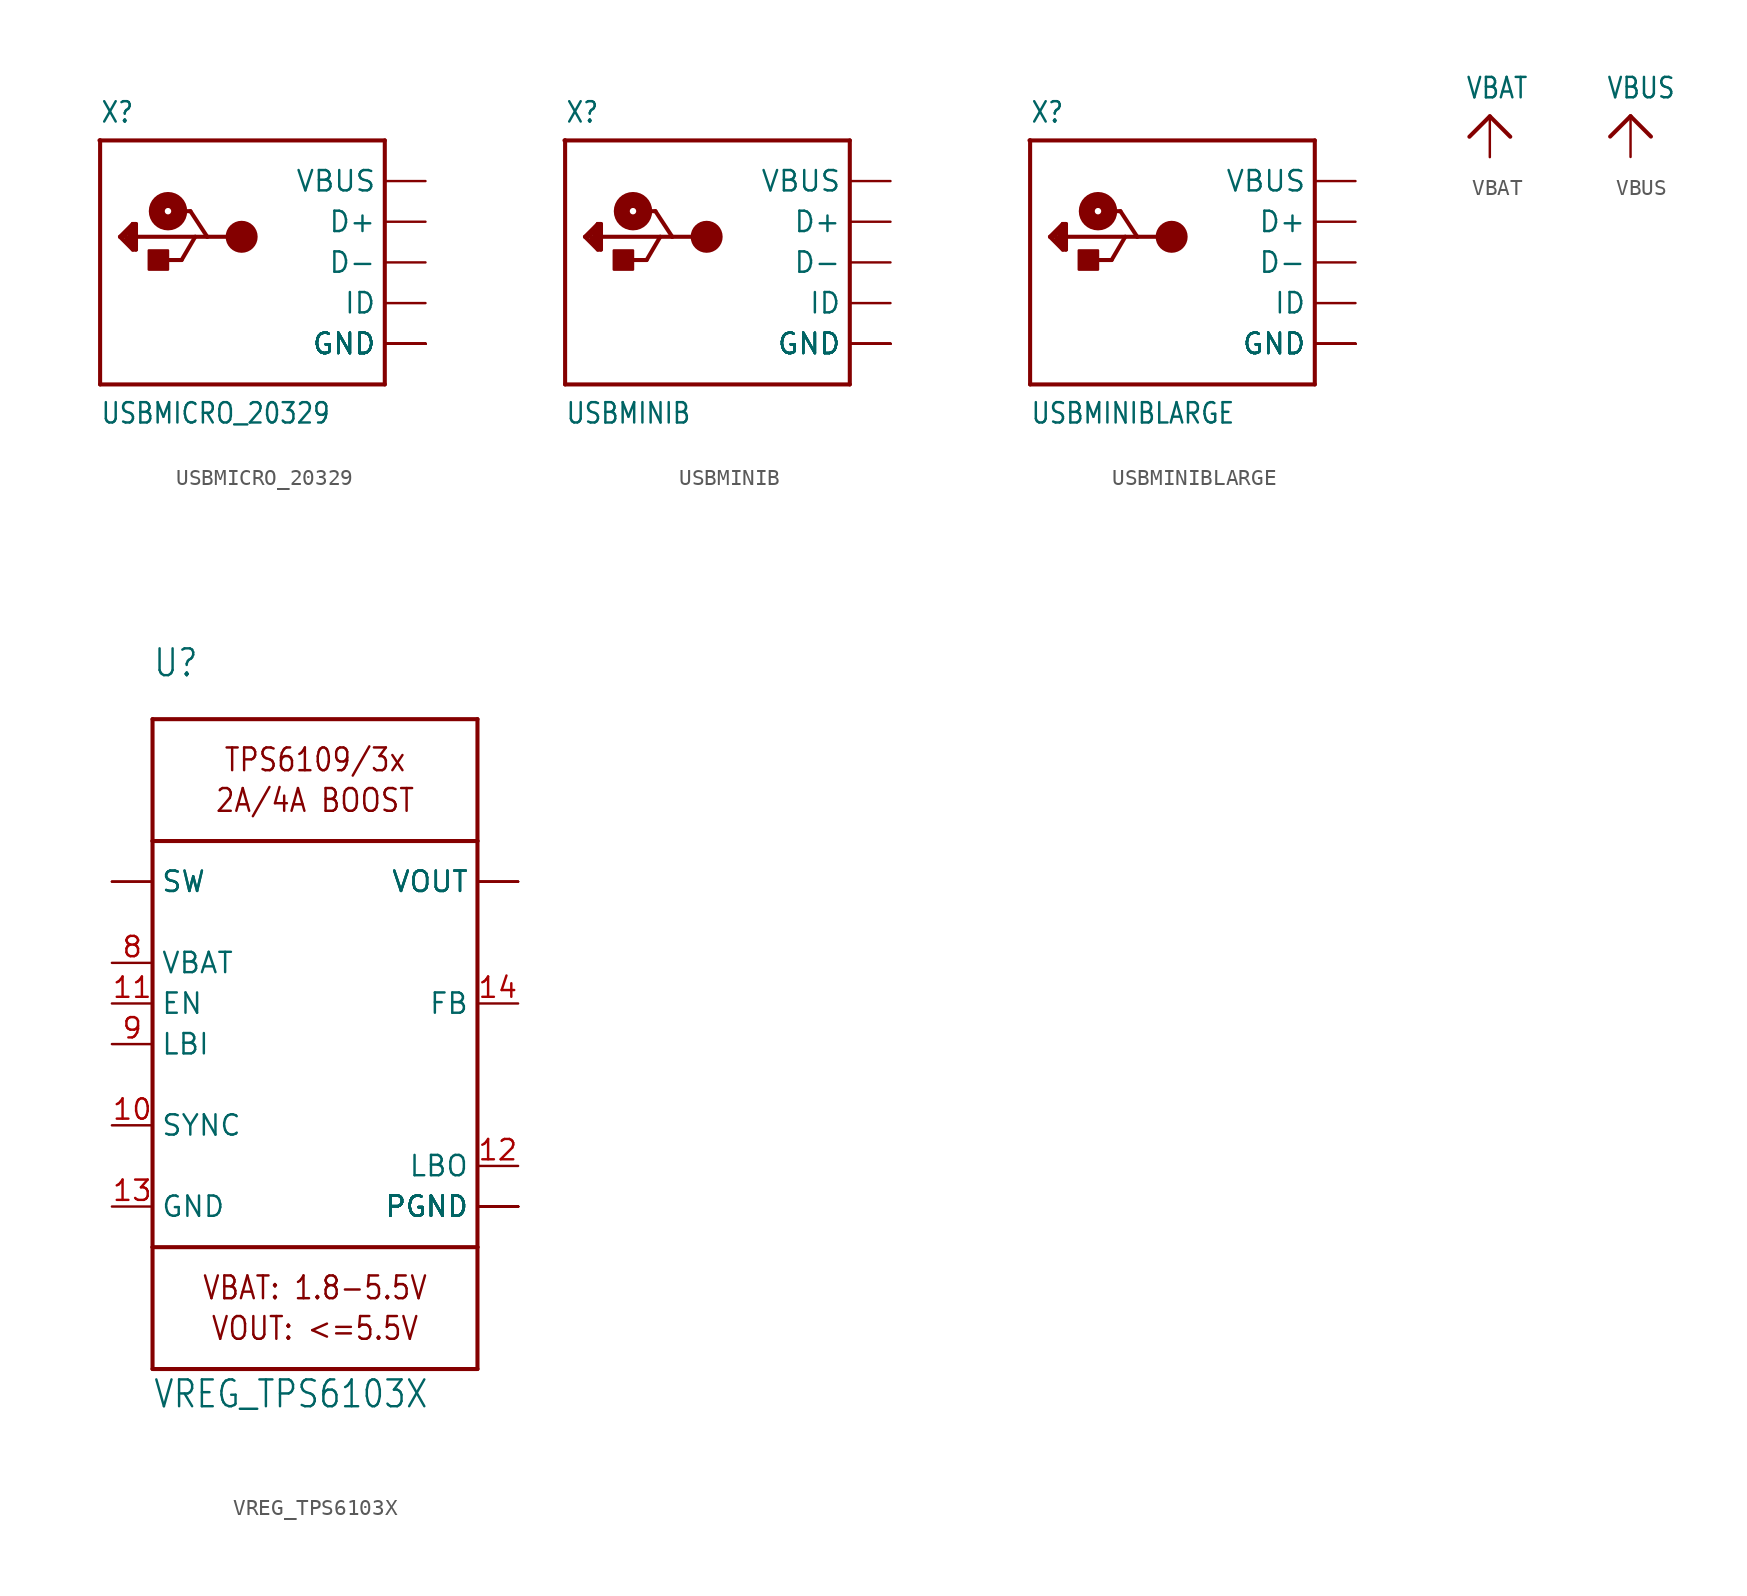
<source format=kicad_sym>
(kicad_symbol_lib
  (version 20201005)
  (generator kicad_symbol_editor)
  (symbol "USBMICRO_20329"
    (property "Reference" "X"
      (at -10.16 8.636 0)
      (effects (font (size 1.27 1.079)) (justify left bottom)))
    (property "Value" "USBMICRO_20329"
      (at -10.16 -10.16 0)
      (effects (font (size 1.27 1.079)) (justify left bottom)))
    (property "ki_locked" ""
      (at 0 0 0)
      (effects (font (size 1.27 1.27))))
    (symbol "USBMICRO_20329_1_0"
      (circle (center -5.92 3.2) (radius 0.2) (stroke (width 1)) (fill (type none)))
      (circle (center -1.32 1.6) (radius 0.5) (stroke (width 1)) (fill (type none)))
      (rectangle (start -7.12 -0.45) (end -5.92 0.75) (stroke (width 0)) (fill (type outline)))
      (polyline (pts (xy -10.2 7.62) (xy -10.16 7.62)) (stroke (width 0.254)) (fill (type none)))
      (polyline (pts (xy -10.16 -7.62) (xy 7.62 -7.62)) (stroke (width 0.254)) (fill (type none)))
      (polyline (pts (xy -10.16 7.62) (xy -10.16 -7.62)) (stroke (width 0.254)) (fill (type none)))
      (polyline (pts (xy -10.16 7.62) (xy 7.62 7.62)) (stroke (width 0.254)) (fill (type none)))
      (polyline (pts (xy -8.92 1.6) (xy -8.12 2.4)) (stroke (width 0.254)) (fill (type none)))
      (polyline (pts (xy -8.52 1.4) (xy -8.32 1.2)) (stroke (width 0.254)) (fill (type none)))
      (polyline (pts (xy -8.52 1.6) (xy -8.52 1.4)) (stroke (width 0.254)) (fill (type none)))
      (polyline (pts (xy -8.32 1.2) (xy -8.32 2)) (stroke (width 0.254)) (fill (type none)))
      (polyline (pts (xy -8.32 2) (xy -8.72 1.6)) (stroke (width 0.254)) (fill (type none)))
      (polyline (pts (xy -8.12 0.8) (xy -8.92 1.6)) (stroke (width 0.254)) (fill (type none)))
      (polyline (pts (xy -8.12 1) (xy -8.12 2.4)) (stroke (width 0.254)) (fill (type none)))
      (polyline (pts (xy -8.12 2.4) (xy -7.92 2.4)) (stroke (width 0.254)) (fill (type none)))
      (polyline (pts (xy -7.92 0.8) (xy -8.12 0.8)) (stroke (width 0.254)) (fill (type none)))
      (polyline (pts (xy -7.92 1.6) (xy -7.92 0.8)) (stroke (width 0.254)) (fill (type none)))
      (polyline (pts (xy -7.92 2.4) (xy -7.92 1.6)) (stroke (width 0.254)) (fill (type none)))
      (polyline (pts (xy -6.27 0.15) (xy -5.07 0.15)) (stroke (width 0.254)) (fill (type none)))
      (polyline (pts (xy -5.52 3.2) (xy -4.52 3.2)) (stroke (width 0.254)) (fill (type none)))
      (polyline (pts (xy -5.07 0.15) (xy -4.22 1.6)) (stroke (width 0.254)) (fill (type none)))
      (polyline (pts (xy -4.52 3.2) (xy -3.47 1.6)) (stroke (width 0.254)) (fill (type none)))
      (polyline (pts (xy -4.22 1.6) (xy -7.92 1.6)) (stroke (width 0.254)) (fill (type none)))
      (polyline (pts (xy -3.47 1.6) (xy -4.22 1.6)) (stroke (width 0.254)) (fill (type none)))
      (polyline (pts (xy -1.32 1.6) (xy -3.47 1.6)) (stroke (width 0.254)) (fill (type none)))
      (polyline (pts (xy 7.62 7.62) (xy 7.62 -7.62)) (stroke (width 0.254)) (fill (type none)))
      (pin power_in line (at 10.16 -5.08 180) (length 2.54) (name "GND" (effects (font (size 1.27 1.27)))) (number "BASE@1" (effects (font (size 0 0)))))
      (pin power_in line (at 10.16 -5.08 180) (length 2.54) (name "GND" (effects (font (size 1.27 1.27)))) (number "BASE@2" (effects (font (size 0 0)))))
      (pin bidirectional line (at 10.16 2.54 180) (length 2.54) (name "D+" (effects (font (size 1.27 1.27)))) (number "D+" (effects (font (size 0 0)))))
      (pin bidirectional line (at 10.16 0 180) (length 2.54) (name "D-" (effects (font (size 1.27 1.27)))) (number "D-" (effects (font (size 0 0)))))
      (pin power_in line (at 10.16 -5.08 180) (length 2.54) (name "GND" (effects (font (size 1.27 1.27)))) (number "GND" (effects (font (size 0 0)))))
      (pin bidirectional line (at 10.16 -2.54 180) (length 2.54) (name "ID" (effects (font (size 1.27 1.27)))) (number "ID" (effects (font (size 0 0)))))
      (pin power_in line (at 10.16 -5.08 180) (length 2.54) (name "GND" (effects (font (size 1.27 1.27)))) (number "SPRT@1" (effects (font (size 0 0)))))
      (pin power_in line (at 10.16 -5.08 180) (length 2.54) (name "GND" (effects (font (size 1.27 1.27)))) (number "SPRT@2" (effects (font (size 0 0)))))
      (pin power_in line (at 10.16 -5.08 180) (length 2.54) (name "GND" (effects (font (size 1.27 1.27)))) (number "SPRT@3" (effects (font (size 0 0)))))
      (pin power_in line (at 10.16 -5.08 180) (length 2.54) (name "GND" (effects (font (size 1.27 1.27)))) (number "SPRT@4" (effects (font (size 0 0)))))
      (pin power_in line (at 10.16 5.08 180) (length 2.54) (name "VBUS" (effects (font (size 1.27 1.27)))) (number "VBUS" (effects (font (size 0 0)))))))
  (symbol "USBMINIB"
    (property "Reference" "X"
      (at -10.16 8.636 0)
      (effects (font (size 1.27 1.079)) (justify left bottom)))
    (property "Value" "USBMINIB"
      (at -10.16 -10.16 0)
      (effects (font (size 1.27 1.079)) (justify left bottom)))
    (property "ki_locked" ""
      (at 0 0 0)
      (effects (font (size 1.27 1.27))))
    (symbol "USBMINIB_1_0"
      (circle (center -5.92 3.2) (radius 0.2) (stroke (width 1)) (fill (type none)))
      (circle (center -1.32 1.6) (radius 0.5) (stroke (width 1)) (fill (type none)))
      (rectangle (start -7.12 -0.45) (end -5.92 0.75) (stroke (width 0)) (fill (type outline)))
      (polyline (pts (xy -10.2 7.62) (xy -10.16 7.62)) (stroke (width 0.254)) (fill (type none)))
      (polyline (pts (xy -10.16 -7.62) (xy 7.62 -7.62)) (stroke (width 0.254)) (fill (type none)))
      (polyline (pts (xy -10.16 7.62) (xy -10.16 -7.62)) (stroke (width 0.254)) (fill (type none)))
      (polyline (pts (xy -10.16 7.62) (xy 7.62 7.62)) (stroke (width 0.254)) (fill (type none)))
      (polyline (pts (xy -8.92 1.6) (xy -8.12 2.4)) (stroke (width 0.254)) (fill (type none)))
      (polyline (pts (xy -8.52 1.4) (xy -8.32 1.2)) (stroke (width 0.254)) (fill (type none)))
      (polyline (pts (xy -8.52 1.6) (xy -8.52 1.4)) (stroke (width 0.254)) (fill (type none)))
      (polyline (pts (xy -8.32 1.2) (xy -8.32 2)) (stroke (width 0.254)) (fill (type none)))
      (polyline (pts (xy -8.32 2) (xy -8.72 1.6)) (stroke (width 0.254)) (fill (type none)))
      (polyline (pts (xy -8.12 0.8) (xy -8.92 1.6)) (stroke (width 0.254)) (fill (type none)))
      (polyline (pts (xy -8.12 1) (xy -8.12 2.4)) (stroke (width 0.254)) (fill (type none)))
      (polyline (pts (xy -8.12 2.4) (xy -7.92 2.4)) (stroke (width 0.254)) (fill (type none)))
      (polyline (pts (xy -7.92 0.8) (xy -8.12 0.8)) (stroke (width 0.254)) (fill (type none)))
      (polyline (pts (xy -7.92 1.6) (xy -7.92 0.8)) (stroke (width 0.254)) (fill (type none)))
      (polyline (pts (xy -7.92 2.4) (xy -7.92 1.6)) (stroke (width 0.254)) (fill (type none)))
      (polyline (pts (xy -6.27 0.15) (xy -5.07 0.15)) (stroke (width 0.254)) (fill (type none)))
      (polyline (pts (xy -5.52 3.2) (xy -4.52 3.2)) (stroke (width 0.254)) (fill (type none)))
      (polyline (pts (xy -5.07 0.15) (xy -4.22 1.6)) (stroke (width 0.254)) (fill (type none)))
      (polyline (pts (xy -4.52 3.2) (xy -3.47 1.6)) (stroke (width 0.254)) (fill (type none)))
      (polyline (pts (xy -4.22 1.6) (xy -7.92 1.6)) (stroke (width 0.254)) (fill (type none)))
      (polyline (pts (xy -3.47 1.6) (xy -4.22 1.6)) (stroke (width 0.254)) (fill (type none)))
      (polyline (pts (xy -1.32 1.6) (xy -3.47 1.6)) (stroke (width 0.254)) (fill (type none)))
      (polyline (pts (xy 7.62 7.62) (xy 7.62 -7.62)) (stroke (width 0.254)) (fill (type none)))
      (pin bidirectional line (at 10.16 2.54 180) (length 2.54) (name "D+" (effects (font (size 1.27 1.27)))) (number "D+" (effects (font (size 0 0)))))
      (pin bidirectional line (at 10.16 0 180) (length 2.54) (name "D-" (effects (font (size 1.27 1.27)))) (number "D-" (effects (font (size 0 0)))))
      (pin power_in line (at 10.16 -5.08 180) (length 2.54) (name "GND" (effects (font (size 1.27 1.27)))) (number "GND" (effects (font (size 0 0)))))
      (pin power_in line (at 10.16 -5.08 180) (length 2.54) (name "GND" (effects (font (size 1.27 1.27)))) (number "GND1" (effects (font (size 0 0)))))
      (pin power_in line (at 10.16 -5.08 180) (length 2.54) (name "GND" (effects (font (size 1.27 1.27)))) (number "GND2" (effects (font (size 0 0)))))
      (pin power_in line (at 10.16 -5.08 180) (length 2.54) (name "GND" (effects (font (size 1.27 1.27)))) (number "GND3" (effects (font (size 0 0)))))
      (pin power_in line (at 10.16 -5.08 180) (length 2.54) (name "GND" (effects (font (size 1.27 1.27)))) (number "GND4" (effects (font (size 0 0)))))
      (pin bidirectional line (at 10.16 -2.54 180) (length 2.54) (name "ID" (effects (font (size 1.27 1.27)))) (number "ID" (effects (font (size 0 0)))))
      (pin power_in line (at 10.16 5.08 180) (length 2.54) (name "VBUS" (effects (font (size 1.27 1.27)))) (number "VBUS" (effects (font (size 0 0)))))))
  (symbol "USBMINIBLARGE"
    (property "Reference" "X"
      (at -10.16 8.636 0)
      (effects (font (size 1.27 1.079)) (justify left bottom)))
    (property "Value" "USBMINIBLARGE"
      (at -10.16 -10.16 0)
      (effects (font (size 1.27 1.079)) (justify left bottom)))
    (property "ki_locked" ""
      (at 0 0 0)
      (effects (font (size 1.27 1.27))))
    (symbol "USBMINIBLARGE_1_0"
      (circle (center -5.92 3.2) (radius 0.2) (stroke (width 1)) (fill (type none)))
      (circle (center -1.32 1.6) (radius 0.5) (stroke (width 1)) (fill (type none)))
      (rectangle (start -7.12 -0.45) (end -5.92 0.75) (stroke (width 0)) (fill (type outline)))
      (polyline (pts (xy -10.2 7.62) (xy -10.16 7.62)) (stroke (width 0.254)) (fill (type none)))
      (polyline (pts (xy -10.16 -7.62) (xy 7.62 -7.62)) (stroke (width 0.254)) (fill (type none)))
      (polyline (pts (xy -10.16 7.62) (xy -10.16 -7.62)) (stroke (width 0.254)) (fill (type none)))
      (polyline (pts (xy -10.16 7.62) (xy 7.62 7.62)) (stroke (width 0.254)) (fill (type none)))
      (polyline (pts (xy -8.92 1.6) (xy -8.12 2.4)) (stroke (width 0.254)) (fill (type none)))
      (polyline (pts (xy -8.52 1.4) (xy -8.32 1.2)) (stroke (width 0.254)) (fill (type none)))
      (polyline (pts (xy -8.52 1.6) (xy -8.52 1.4)) (stroke (width 0.254)) (fill (type none)))
      (polyline (pts (xy -8.32 1.2) (xy -8.32 2)) (stroke (width 0.254)) (fill (type none)))
      (polyline (pts (xy -8.32 2) (xy -8.72 1.6)) (stroke (width 0.254)) (fill (type none)))
      (polyline (pts (xy -8.12 0.8) (xy -8.92 1.6)) (stroke (width 0.254)) (fill (type none)))
      (polyline (pts (xy -8.12 1) (xy -8.12 2.4)) (stroke (width 0.254)) (fill (type none)))
      (polyline (pts (xy -8.12 2.4) (xy -7.92 2.4)) (stroke (width 0.254)) (fill (type none)))
      (polyline (pts (xy -7.92 0.8) (xy -8.12 0.8)) (stroke (width 0.254)) (fill (type none)))
      (polyline (pts (xy -7.92 1.6) (xy -7.92 0.8)) (stroke (width 0.254)) (fill (type none)))
      (polyline (pts (xy -7.92 2.4) (xy -7.92 1.6)) (stroke (width 0.254)) (fill (type none)))
      (polyline (pts (xy -6.27 0.15) (xy -5.07 0.15)) (stroke (width 0.254)) (fill (type none)))
      (polyline (pts (xy -5.52 3.2) (xy -4.52 3.2)) (stroke (width 0.254)) (fill (type none)))
      (polyline (pts (xy -5.07 0.15) (xy -4.22 1.6)) (stroke (width 0.254)) (fill (type none)))
      (polyline (pts (xy -4.52 3.2) (xy -3.47 1.6)) (stroke (width 0.254)) (fill (type none)))
      (polyline (pts (xy -4.22 1.6) (xy -7.92 1.6)) (stroke (width 0.254)) (fill (type none)))
      (polyline (pts (xy -3.47 1.6) (xy -4.22 1.6)) (stroke (width 0.254)) (fill (type none)))
      (polyline (pts (xy -1.32 1.6) (xy -3.47 1.6)) (stroke (width 0.254)) (fill (type none)))
      (polyline (pts (xy 7.62 7.62) (xy 7.62 -7.62)) (stroke (width 0.254)) (fill (type none)))
      (pin bidirectional line (at 10.16 2.54 180) (length 2.54) (name "D+" (effects (font (size 1.27 1.27)))) (number "D+" (effects (font (size 0 0)))))
      (pin bidirectional line (at 10.16 0 180) (length 2.54) (name "D-" (effects (font (size 1.27 1.27)))) (number "D-" (effects (font (size 0 0)))))
      (pin power_in line (at 10.16 -5.08 180) (length 2.54) (name "GND" (effects (font (size 1.27 1.27)))) (number "GND" (effects (font (size 0 0)))))
      (pin power_in line (at 10.16 -5.08 180) (length 2.54) (name "GND" (effects (font (size 1.27 1.27)))) (number "GND1" (effects (font (size 0 0)))))
      (pin power_in line (at 10.16 -5.08 180) (length 2.54) (name "GND" (effects (font (size 1.27 1.27)))) (number "GND2" (effects (font (size 0 0)))))
      (pin power_in line (at 10.16 -5.08 180) (length 2.54) (name "GND" (effects (font (size 1.27 1.27)))) (number "GND3" (effects (font (size 0 0)))))
      (pin power_in line (at 10.16 -5.08 180) (length 2.54) (name "GND" (effects (font (size 1.27 1.27)))) (number "GND4" (effects (font (size 0 0)))))
      (pin bidirectional line (at 10.16 -2.54 180) (length 2.54) (name "ID" (effects (font (size 1.27 1.27)))) (number "ID" (effects (font (size 0 0)))))
      (pin power_in line (at 10.16 5.08 180) (length 2.54) (name "VBUS" (effects (font (size 1.27 1.27)))) (number "VBUS" (effects (font (size 0 0)))))))
  (symbol "VBAT"
    (power)
    (property "Reference" ""
      (at 0 0 0)
      (effects (font (size 1.27 1.27)) hide))
    (property "Value" "VBAT"
      (at -1.524 1.016 0)
      (effects (font (size 1.27 1.079)) (justify left bottom)))
    (property "ki_locked" ""
      (at 0 0 0)
      (effects (font (size 1.27 1.27))))
    (symbol "VBAT_1_0"
      (polyline (pts (xy -1.27 -1.27) (xy 0 0)) (stroke (width 0.254)) (fill (type none)))
      (polyline (pts (xy 0 0) (xy 1.27 -1.27)) (stroke (width 0.254)) (fill (type none)))
      (pin power_in line (at 0 -2.54 90) (length 2.54) (name "VBAT" (effects (font (size 0 0)))) (number "1" (effects (font (size 0 0)))))))
  (symbol "VBUS"
    (power)
    (property "Reference" ""
      (at 0 0 0)
      (effects (font (size 1.27 1.27)) hide))
    (property "Value" "VBUS"
      (at -1.524 1.016 0)
      (effects (font (size 1.27 1.079)) (justify left bottom)))
    (property "ki_locked" ""
      (at 0 0 0)
      (effects (font (size 1.27 1.27))))
    (symbol "VBUS_1_0"
      (polyline (pts (xy -1.27 -1.27) (xy 0 0)) (stroke (width 0.254)) (fill (type none)))
      (polyline (pts (xy 0 0) (xy 1.27 -1.27)) (stroke (width 0.254)) (fill (type none)))
      (pin power_in line (at 0 -2.54 90) (length 2.54) (name "VBUS" (effects (font (size 0 0)))) (number "1" (effects (font (size 0 0)))))))
  (symbol "VREG_TPS6103X"
    (property "Reference" "U"
      (at -10.16 22.86 0)
      (effects (font (size 1.676 1.425)) (justify left bottom)))
    (property "Value" "VREG_TPS6103X"
      (at -10.16 -22.86 0)
      (effects (font (size 1.676 1.425)) (justify left bottom)))
    (property "ki_locked" ""
      (at 0 0 0)
      (effects (font (size 1.27 1.27))))
    (symbol "VREG_TPS6103X_1_0"
      (text "2A/4A BOOST" (at 0 15.24 0) (effects (font (size 1.422 1.209))))
      (text "TPS6109/3x" (at 0 17.78 0) (effects (font (size 1.422 1.209))))
      (text "VBAT: 1.8-5.5V" (at 0 -15.24 0) (effects (font (size 1.422 1.209))))
      (text "VOUT: <=5.5V" (at 0 -17.78 0) (effects (font (size 1.422 1.209))))
      (polyline (pts (xy -10.16 -20.32) (xy 10.16 -20.32)) (stroke (width 0.254)) (fill (type none)))
      (polyline (pts (xy -10.16 -12.7) (xy -10.16 -20.32)) (stroke (width 0.254)) (fill (type none)))
      (polyline (pts (xy -10.16 -12.7) (xy -10.16 12.7)) (stroke (width 0.254)) (fill (type none)))
      (polyline (pts (xy -10.16 12.7) (xy -10.16 20.32)) (stroke (width 0.254)) (fill (type none)))
      (polyline (pts (xy -10.16 12.7) (xy 10.16 12.7)) (stroke (width 0.254)) (fill (type none)))
      (polyline (pts (xy -10.16 20.32) (xy 10.16 20.32)) (stroke (width 0.254)) (fill (type none)))
      (polyline (pts (xy 10.16 -20.32) (xy 10.16 -12.7)) (stroke (width 0.254)) (fill (type none)))
      (polyline (pts (xy 10.16 -12.7) (xy -10.16 -12.7)) (stroke (width 0.254)) (fill (type none)))
      (polyline (pts (xy 10.16 12.7) (xy 10.16 -12.7)) (stroke (width 0.254)) (fill (type none)))
      (polyline (pts (xy 10.16 20.32) (xy 10.16 12.7)) (stroke (width 0.254)) (fill (type none)))
      (pin power_in line (at 12.7 10.16 180) (length 2.54) (name "VOUT" (effects (font (size 1.27 1.27)))) (number "1" (effects (font (size 0 0)))))
      (pin input line (at -12.7 -5.08 0) (length 2.54) (name "SYNC" (effects (font (size 1.27 1.27)))) (number "10" (effects (font (size 1.27 1.27)))))
      (pin input line (at -12.7 2.54 0) (length 2.54) (name "EN" (effects (font (size 1.27 1.27)))) (number "11" (effects (font (size 1.27 1.27)))))
      (pin output line (at 12.7 -7.62 180) (length 2.54) (name "LBO" (effects (font (size 1.27 1.27)))) (number "12" (effects (font (size 1.27 1.27)))))
      (pin power_in line (at -12.7 -10.16 0) (length 2.54) (name "GND" (effects (font (size 1.27 1.27)))) (number "13" (effects (font (size 1.27 1.27)))))
      (pin input line (at 12.7 2.54 180) (length 2.54) (name "FB" (effects (font (size 1.27 1.27)))) (number "14" (effects (font (size 1.27 1.27)))))
      (pin power_in line (at 12.7 10.16 180) (length 2.54) (name "VOUT" (effects (font (size 1.27 1.27)))) (number "15" (effects (font (size 0 0)))))
      (pin power_in line (at 12.7 10.16 180) (length 2.54) (name "VOUT" (effects (font (size 1.27 1.27)))) (number "16" (effects (font (size 0 0)))))
      (pin input line (at -12.7 10.16 0) (length 2.54) (name "SW" (effects (font (size 1.27 1.27)))) (number "3" (effects (font (size 0 0)))))
      (pin input line (at -12.7 10.16 0) (length 2.54) (name "SW" (effects (font (size 1.27 1.27)))) (number "4" (effects (font (size 0 0)))))
      (pin power_in line (at 12.7 -10.16 180) (length 2.54) (name "PGND" (effects (font (size 1.27 1.27)))) (number "5" (effects (font (size 0 0)))))
      (pin power_in line (at 12.7 -10.16 180) (length 2.54) (name "PGND" (effects (font (size 1.27 1.27)))) (number "6" (effects (font (size 0 0)))))
      (pin power_in line (at 12.7 -10.16 180) (length 2.54) (name "PGND" (effects (font (size 1.27 1.27)))) (number "7" (effects (font (size 0 0)))))
      (pin input line (at -12.7 5.08 0) (length 2.54) (name "VBAT" (effects (font (size 1.27 1.27)))) (number "8" (effects (font (size 1.27 1.27)))))
      (pin input line (at -12.7 0 0) (length 2.54) (name "LBI" (effects (font (size 1.27 1.27)))) (number "9" (effects (font (size 1.27 1.27)))))
      (pin power_in line (at 12.7 -10.16 180) (length 2.54) (name "PGND" (effects (font (size 1.27 1.27)))) (number "P$18" (effects (font (size 0 0)))))
      (pin power_in line (at 12.7 -10.16 180) (length 2.54) (name "PGND" (effects (font (size 1.27 1.27)))) (number "P$19" (effects (font (size 0 0)))))
      (pin power_in line (at 12.7 -10.16 180) (length 2.54) (name "PGND" (effects (font (size 1.27 1.27)))) (number "P$20" (effects (font (size 0 0)))))
      (pin power_in line (at 12.7 -10.16 180) (length 2.54) (name "PGND" (effects (font (size 1.27 1.27)))) (number "P$21" (effects (font (size 0 0)))))
      (pin power_in line (at 12.7 -10.16 180) (length 2.54) (name "PGND" (effects (font (size 1.27 1.27)))) (number "P$22" (effects (font (size 0 0)))))
      (pin power_in line (at 12.7 -10.16 180) (length 2.54) (name "PGND" (effects (font (size 1.27 1.27)))) (number "THERMAL" (effects (font (size 0 0))))))))
</source>
